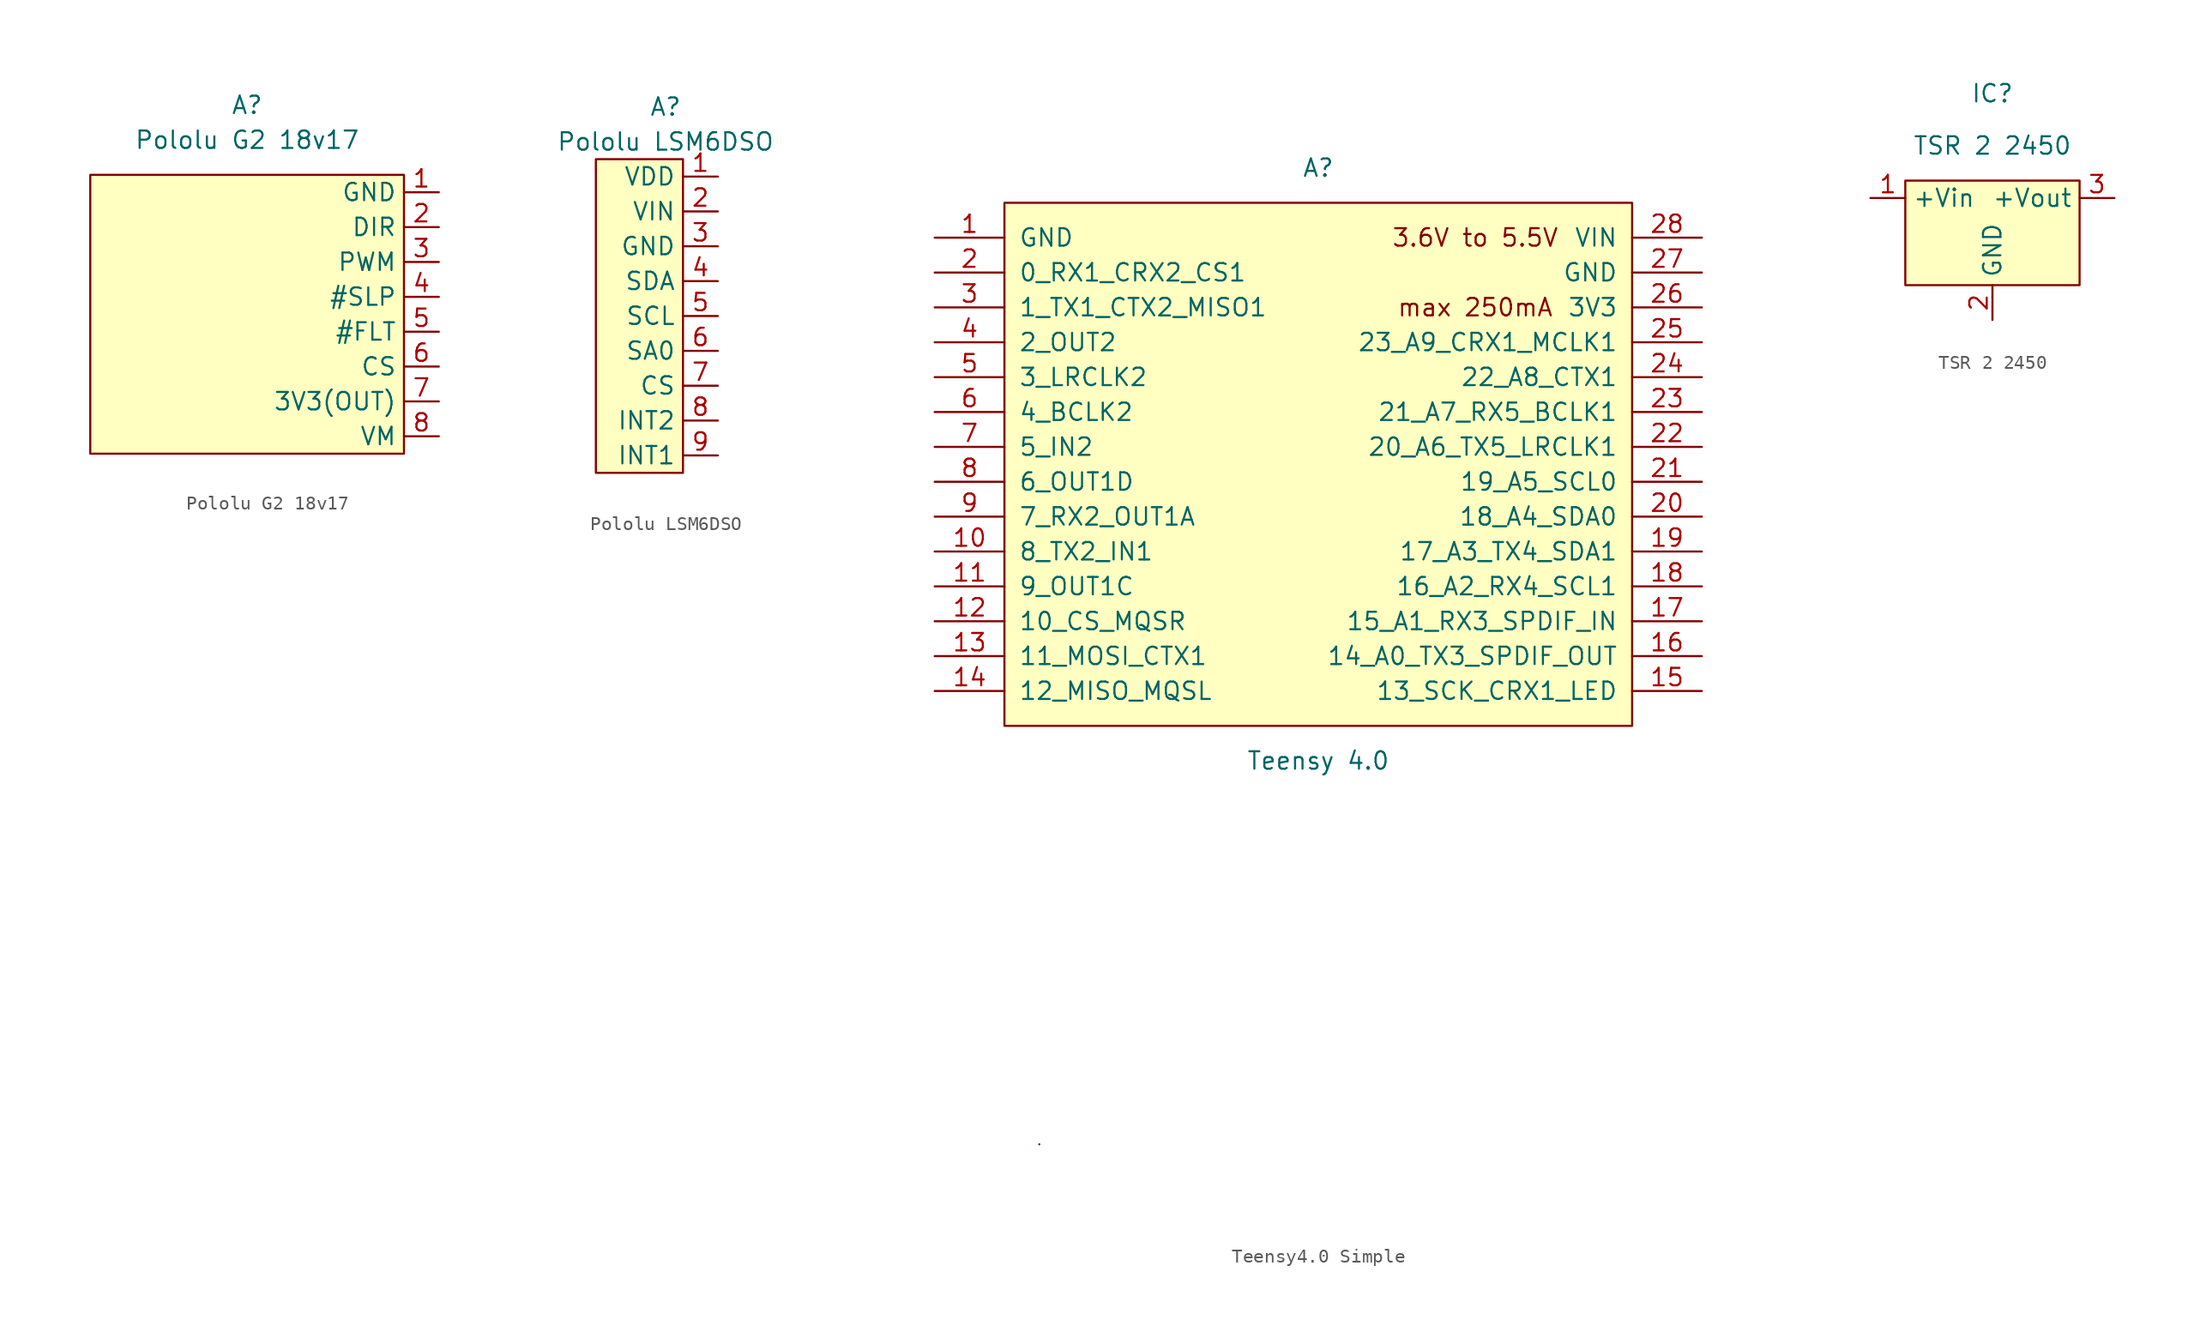
<source format=kicad_sym>
(kicad_symbol_lib
  (version 20220914)
  (generator kicad_symbol_editor)
  (symbol "Pololu G2 18v17"
    (property "Reference" "A"
      (at 0 8.89 0)
      (effects (font (size 1.27 1.27))))
    (property "Value" "Pololu G2 18v17"
      (at 0 6.35 0)
      (effects (font (size 1.27 1.27))))
    (symbol "Pololu G2 18v17_1_1"
      (rectangle (start -11.43 3.81) (end 11.43 -16.51) (stroke (width 0) (type default)) (fill (type background)))
      (pin input line (at 13.97 2.54 180) (length 2.54) (name "GND" (effects (font (size 1.27 1.27)))) (number "1" (effects (font (size 1.27 1.27)))))
      (pin input line (at 13.97 0 180) (length 2.54) (name "DIR" (effects (font (size 1.27 1.27)))) (number "2" (effects (font (size 1.27 1.27)))))
      (pin input line (at 13.97 -2.54 180) (length 2.54) (name "PWM" (effects (font (size 1.27 1.27)))) (number "3" (effects (font (size 1.27 1.27)))))
      (pin input line (at 13.97 -5.08 180) (length 2.54) (name "#SLP" (effects (font (size 1.27 1.27)))) (number "4" (effects (font (size 1.27 1.27)))))
      (pin output line (at 13.97 -7.62 180) (length 2.54) (name "#FLT" (effects (font (size 1.27 1.27)))) (number "5" (effects (font (size 1.27 1.27)))))
      (pin output line (at 13.97 -10.16 180) (length 2.54) (name "CS" (effects (font (size 1.27 1.27)))) (number "6" (effects (font (size 1.27 1.27)))))
      (pin output line (at 13.97 -12.7 180) (length 2.54) (name "3V3(OUT)" (effects (font (size 1.27 1.27)))) (number "7" (effects (font (size 1.27 1.27)))))
      (pin output line (at 13.97 -15.24 180) (length 2.54) (name "VM" (effects (font (size 1.27 1.27)))) (number "8" (effects (font (size 1.27 1.27)))))))
  (symbol "Pololu LSM6DSO"
    (property "Reference" "A"
      (at 0 5.08 0)
      (effects (font (size 1.27 1.27))))
    (property "Value" "Pololu LSM6DSO"
      (at 0 2.54 0)
      (effects (font (size 1.27 1.27))))
    (symbol "Pololu LSM6DSO_1_1"
      (rectangle (start -5.08 1.27) (end 1.27 -21.59) (stroke (width 0) (type default)) (fill (type background)))
      (pin output line (at 3.81 0 180) (length 2.54) (name "VDD" (effects (font (size 1.27 1.27)))) (number "1" (effects (font (size 1.27 1.27)))))
      (pin input line (at 3.81 -2.54 180) (length 2.54) (name "VIN" (effects (font (size 1.27 1.27)))) (number "2" (effects (font (size 1.27 1.27)))))
      (pin input line (at 3.81 -5.08 180) (length 2.54) (name "GND" (effects (font (size 1.27 1.27)))) (number "3" (effects (font (size 1.27 1.27)))))
      (pin bidirectional line (at 3.81 -7.62 180) (length 2.54) (name "SDA" (effects (font (size 1.27 1.27)))) (number "4" (effects (font (size 1.27 1.27)))))
      (pin input line (at 3.81 -10.16 180) (length 2.54) (name "SCL" (effects (font (size 1.27 1.27)))) (number "5" (effects (font (size 1.27 1.27)))))
      (pin input line (at 3.81 -12.7 180) (length 2.54) (name "SA0" (effects (font (size 1.27 1.27)))) (number "6" (effects (font (size 1.27 1.27)))))
      (pin input line (at 3.81 -15.24 180) (length 2.54) (name "CS" (effects (font (size 1.27 1.27)))) (number "7" (effects (font (size 1.27 1.27)))))
      (pin input line (at 3.81 -17.78 180) (length 2.54) (name "INT2" (effects (font (size 1.27 1.27)))) (number "8" (effects (font (size 1.27 1.27)))))
      (pin input line (at 3.81 -20.32 180) (length 2.54) (name "INT1" (effects (font (size 1.27 1.27)))) (number "9" (effects (font (size 1.27 1.27)))))))
  (symbol "Teensy4.0 Simple"
    (pin_names
      (offset 1.016))
    (property "Reference" "A"
      (at 0 39.37 0)
      (effects (font (size 1.27 1.27))))
    (property "Value" "Teensy 4.0"
      (at 0 -3.81 0)
      (effects (font (size 1.27 1.27))))
    (symbol "Teensy4.0 Simple_0_0"
      (text "3.6V to 5.5V" (at 11.43 34.29 0) (effects (font (size 1.27 1.27))))
      (text "max 250mA" (at 11.43 29.21 0) (effects (font (size 1.27 1.27))))
      (pin bidirectional line (at -27.94 11.43 0) (length 5.08) (name "8_TX2_IN1" (effects (font (size 1.27 1.27)))) (number "10" (effects (font (size 1.27 1.27)))))
      (pin bidirectional line (at -27.94 8.89 0) (length 5.08) (name "9_OUT1C" (effects (font (size 1.27 1.27)))) (number "11" (effects (font (size 1.27 1.27)))))
      (pin bidirectional line (at -27.94 6.35 0) (length 5.08) (name "10_CS_MQSR" (effects (font (size 1.27 1.27)))) (number "12" (effects (font (size 1.27 1.27)))))
      (pin bidirectional line (at -27.94 3.81 0) (length 5.08) (name "11_MOSI_CTX1" (effects (font (size 1.27 1.27)))) (number "13" (effects (font (size 1.27 1.27)))))
      (pin bidirectional line (at -27.94 1.27 0) (length 5.08) (name "12_MISO_MQSL" (effects (font (size 1.27 1.27)))) (number "14" (effects (font (size 1.27 1.27)))))
      (pin bidirectional line (at -27.94 24.13 0) (length 5.08) (name "3_LRCLK2" (effects (font (size 1.27 1.27)))) (number "5" (effects (font (size 1.27 1.27)))))
      (pin bidirectional line (at -27.94 21.59 0) (length 5.08) (name "4_BCLK2" (effects (font (size 1.27 1.27)))) (number "6" (effects (font (size 1.27 1.27)))))
      (pin bidirectional line (at -27.94 19.05 0) (length 5.08) (name "5_IN2" (effects (font (size 1.27 1.27)))) (number "7" (effects (font (size 1.27 1.27)))))
      (pin bidirectional line (at -27.94 16.51 0) (length 5.08) (name "6_OUT1D" (effects (font (size 1.27 1.27)))) (number "8" (effects (font (size 1.27 1.27)))))
      (pin bidirectional line (at -27.94 13.97 0) (length 5.08) (name "7_RX2_OUT1A" (effects (font (size 1.27 1.27)))) (number "9" (effects (font (size 1.27 1.27))))))
    (symbol "Teensy4.0 Simple_0_1"
      (rectangle (start -20.32 -31.75) (end -20.32 -31.75) (stroke (width 0) (type solid)) (fill (type none))))
    (symbol "Teensy4.0 Simple_1_0"
      (pin bidirectional line (at 27.94 1.27 180) (length 5.08) (name "13_SCK_CRX1_LED" (effects (font (size 1.27 1.27)))) (number "15" (effects (font (size 1.27 1.27)))))
      (pin bidirectional line (at 27.94 3.81 180) (length 5.08) (name "14_A0_TX3_SPDIF_OUT" (effects (font (size 1.27 1.27)))) (number "16" (effects (font (size 1.27 1.27)))))
      (pin bidirectional line (at 27.94 6.35 180) (length 5.08) (name "15_A1_RX3_SPDIF_IN" (effects (font (size 1.27 1.27)))) (number "17" (effects (font (size 1.27 1.27)))))
      (pin bidirectional line (at 27.94 8.89 180) (length 5.08) (name "16_A2_RX4_SCL1" (effects (font (size 1.27 1.27)))) (number "18" (effects (font (size 1.27 1.27)))))
      (pin bidirectional line (at 27.94 11.43 180) (length 5.08) (name "17_A3_TX4_SDA1" (effects (font (size 1.27 1.27)))) (number "19" (effects (font (size 1.27 1.27)))))
      (pin bidirectional line (at 27.94 13.97 180) (length 5.08) (name "18_A4_SDA0" (effects (font (size 1.27 1.27)))) (number "20" (effects (font (size 1.27 1.27)))))
      (pin bidirectional line (at 27.94 16.51 180) (length 5.08) (name "19_A5_SCL0" (effects (font (size 1.27 1.27)))) (number "21" (effects (font (size 1.27 1.27)))))
      (pin bidirectional line (at 27.94 19.05 180) (length 5.08) (name "20_A6_TX5_LRCLK1" (effects (font (size 1.27 1.27)))) (number "22" (effects (font (size 1.27 1.27)))))
      (pin bidirectional line (at 27.94 21.59 180) (length 5.08) (name "21_A7_RX5_BCLK1" (effects (font (size 1.27 1.27)))) (number "23" (effects (font (size 1.27 1.27)))))
      (pin bidirectional line (at 27.94 24.13 180) (length 5.08) (name "22_A8_CTX1" (effects (font (size 1.27 1.27)))) (number "24" (effects (font (size 1.27 1.27)))))
      (pin bidirectional line (at 27.94 26.67 180) (length 5.08) (name "23_A9_CRX1_MCLK1" (effects (font (size 1.27 1.27)))) (number "25" (effects (font (size 1.27 1.27)))))
      (pin power_out line (at 27.94 29.21 180) (length 5.08) (name "3V3" (effects (font (size 1.27 1.27)))) (number "26" (effects (font (size 1.27 1.27)))))
      (pin power_in line (at 27.94 31.75 180) (length 5.08) (name "GND" (effects (font (size 1.27 1.27)))) (number "27" (effects (font (size 1.27 1.27)))))
      (pin power_in line (at 27.94 34.29 180) (length 5.08) (name "VIN" (effects (font (size 1.27 1.27)))) (number "28" (effects (font (size 1.27 1.27))))))
    (symbol "Teensy4.0 Simple_1_1"
      (rectangle (start -22.86 36.83) (end 22.86 -1.27) (stroke (width 0) (type solid)) (fill (type background)))
      (pin power_in line (at -27.94 34.29 0) (length 5.08) (name "GND" (effects (font (size 1.27 1.27)))) (number "1" (effects (font (size 1.27 1.27)))))
      (pin bidirectional line (at -27.94 31.75 0) (length 5.08) (name "0_RX1_CRX2_CS1" (effects (font (size 1.27 1.27)))) (number "2" (effects (font (size 1.27 1.27)))))
      (pin bidirectional line (at -27.94 29.21 0) (length 5.08) (name "1_TX1_CTX2_MISO1" (effects (font (size 1.27 1.27)))) (number "3" (effects (font (size 1.27 1.27)))))
      (pin bidirectional line (at -27.94 26.67 0) (length 5.08) (name "2_OUT2" (effects (font (size 1.27 1.27)))) (number "4" (effects (font (size 1.27 1.27)))))))
  (symbol "TSR 2 2450"
    (property "Reference" "IC"
      (at 0 7.62 0)
      (effects (font (size 1.27 1.27))))
    (property "Value" "TSR 2 2450"
      (at 0 3.81 0)
      (effects (font (size 1.27 1.27))))
    (symbol "TSR 2 2450_1_1"
      (rectangle (start -6.35 1.27) (end 6.35 -6.35) (stroke (width 0) (type default)) (fill (type background)))
      (pin input line (at -8.89 0 0) (length 2.54) (name "+Vin" (effects (font (size 1.27 1.27)))) (number "1" (effects (font (size 1.27 1.27)))))
      (pin input line (at 0 -8.89 90) (length 2.54) (name "GND" (effects (font (size 1.27 1.27)))) (number "2" (effects (font (size 1.27 1.27)))))
      (pin input line (at 8.89 0 180) (length 2.54) (name "+Vout" (effects (font (size 1.27 1.27)))) (number "3" (effects (font (size 1.27 1.27))))))))
</source>
